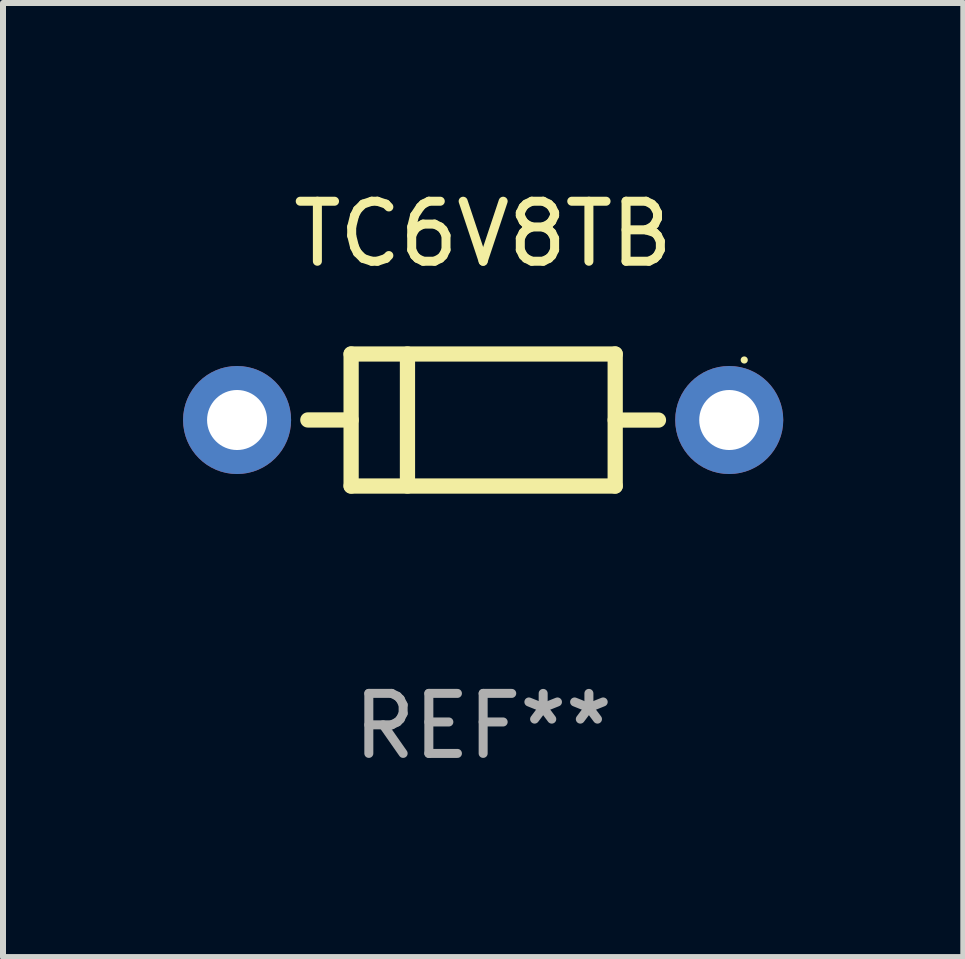
<source format=kicad_pcb>
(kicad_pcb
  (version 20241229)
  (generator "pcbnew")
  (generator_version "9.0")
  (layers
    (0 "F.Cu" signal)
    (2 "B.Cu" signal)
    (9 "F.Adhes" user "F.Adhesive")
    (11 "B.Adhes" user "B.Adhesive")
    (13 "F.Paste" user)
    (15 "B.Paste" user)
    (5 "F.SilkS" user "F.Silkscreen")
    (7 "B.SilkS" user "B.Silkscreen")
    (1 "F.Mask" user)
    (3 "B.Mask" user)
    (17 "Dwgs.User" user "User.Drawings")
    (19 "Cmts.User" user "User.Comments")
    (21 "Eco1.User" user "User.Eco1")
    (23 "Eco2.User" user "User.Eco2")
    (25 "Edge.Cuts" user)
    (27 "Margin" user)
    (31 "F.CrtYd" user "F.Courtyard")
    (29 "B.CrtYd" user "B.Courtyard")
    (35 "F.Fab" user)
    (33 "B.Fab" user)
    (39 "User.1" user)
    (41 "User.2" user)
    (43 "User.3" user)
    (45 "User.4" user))
  (footprint "TC6V8TB"
    (layer "F.Cu")
    (at 5 3.948)
    (property "Reference" "TC6V8TB" (at 0 -3.1 0) (layer "F.SilkS") (effects (font (size 1 1) (thickness 0.15))))
    (attr through_hole)
    (fp_line (start -2.2 -1.1) (end -2.2 1.1) (stroke (width 0.254) (type solid)) (layer "F.SilkS"))
    (fp_line (start -2.2 -1.1) (end 2.2 -1.1) (stroke (width 0.254) (type solid)) (layer "F.SilkS"))
    (fp_line (start -2.2 -0.001) (end -2.921 -0.001) (stroke (width 0.254) (type solid)) (layer "F.SilkS"))
    (fp_line (start -2.2 1.1) (end 2.2 1.1) (stroke (width 0.254) (type solid)) (layer "F.SilkS"))
    (fp_line (start -1.261 -1.1) (end -1.261 1.1) (stroke (width 0.254) (type solid)) (layer "F.SilkS"))
    (fp_line (start 2.2 -1.1) (end 2.2 1.1) (stroke (width 0.254) (type solid)) (layer "F.SilkS"))
    (fp_line (start 2.2 0.001) (end 2.921 0.001) (stroke (width 0.254) (type solid)) (layer "F.SilkS"))
    (fp_circle (center 4.35 -1) (end 4.38 -1) (stroke (width 0.06) (type solid)) (fill no) (layer "F.SilkS"))
    (fp_text user "REF**" (at 0 5.1 0) (layer "F.Fab") (effects (font (size 1 1) (thickness 0.15))))
    (pad "1" thru_hole circle (at 4.1 0) (size 1.8 1.8) (drill 1) (layers "*.Cu" "*.Mask"))
    (pad "2" thru_hole circle (at -4.1 0) (size 1.8 1.8) (drill 1) (layers "*.Cu" "*.Mask")))
  (gr_rect
    (start -3 -3)
    (end 13 12.896)
    (stroke (width 0.1) (type default))
    (fill no)
    (layer "Edge.Cuts")))
</source>
